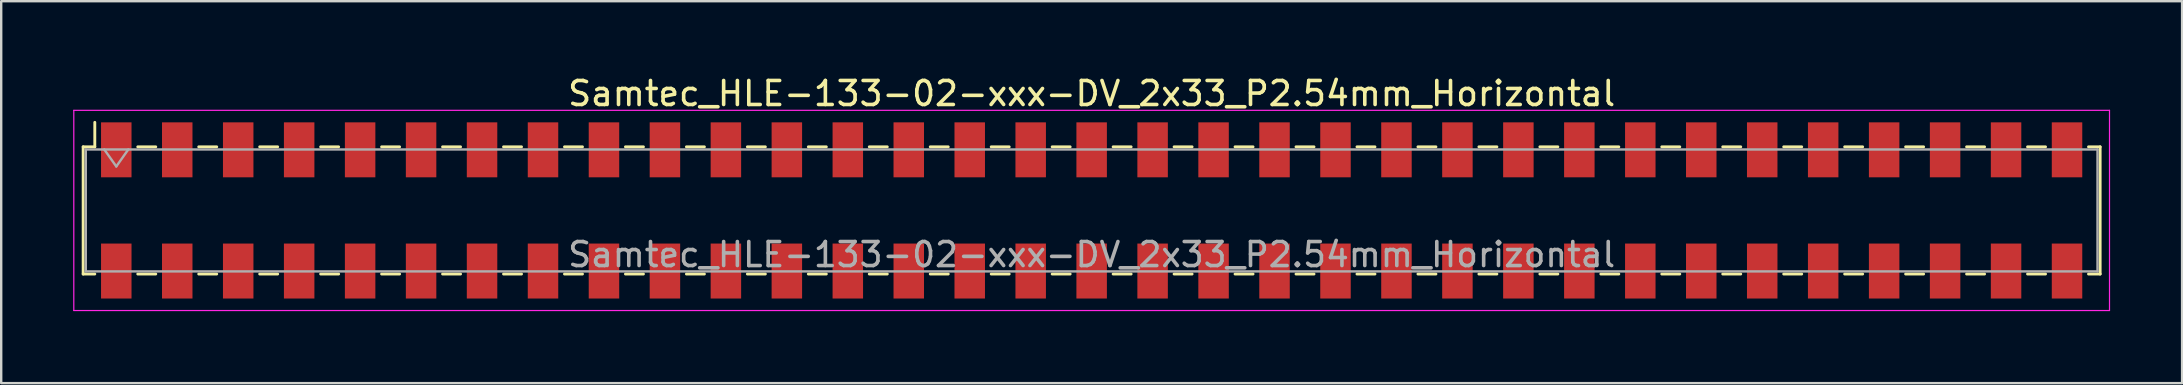
<source format=kicad_pcb>
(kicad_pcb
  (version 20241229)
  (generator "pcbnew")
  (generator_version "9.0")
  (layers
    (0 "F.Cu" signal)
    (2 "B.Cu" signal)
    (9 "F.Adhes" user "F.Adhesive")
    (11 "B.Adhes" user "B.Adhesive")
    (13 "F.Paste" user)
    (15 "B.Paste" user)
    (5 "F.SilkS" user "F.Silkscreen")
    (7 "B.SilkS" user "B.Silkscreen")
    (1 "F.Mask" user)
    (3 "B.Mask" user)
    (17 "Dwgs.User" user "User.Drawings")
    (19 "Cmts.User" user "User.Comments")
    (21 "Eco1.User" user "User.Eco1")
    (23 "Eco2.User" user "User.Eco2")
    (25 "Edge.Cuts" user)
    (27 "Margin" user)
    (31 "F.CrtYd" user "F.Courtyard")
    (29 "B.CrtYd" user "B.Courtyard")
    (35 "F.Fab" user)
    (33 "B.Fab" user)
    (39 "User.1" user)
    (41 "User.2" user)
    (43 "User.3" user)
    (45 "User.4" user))
  (footprint "Samtec_HLE-133-02-xxx-DV_2x33_P2.54mm_Horizontal"
    (layer "F.Cu")
    (at 42.435 5.718)
    (property "Reference" "Samtec_HLE-133-02-xxx-DV_2x33_P2.54mm_Horizontal" (at 0 -4.87 0) (layer "F.SilkS") (effects (font (size 1 1) (thickness 0.15))))
    (attr smd)
    (fp_line (start -42.02 -2.65) (end -42.02 2.65) (stroke (width 0.12) (type solid)) (layer "F.SilkS"))
    (fp_line (start -42.02 2.65) (end -41.535 2.65) (stroke (width 0.12) (type solid)) (layer "F.SilkS"))
    (fp_line (start -41.535 -3.67) (end -41.535 -2.65) (stroke (width 0.12) (type solid)) (layer "F.SilkS"))
    (fp_line (start -41.535 -2.65) (end -42.02 -2.65) (stroke (width 0.12) (type solid)) (layer "F.SilkS"))
    (fp_line (start -39.745 -2.65) (end -38.995 -2.65) (stroke (width 0.12) (type solid)) (layer "F.SilkS"))
    (fp_line (start -39.745 2.65) (end -38.995 2.65) (stroke (width 0.12) (type solid)) (layer "F.SilkS"))
    (fp_line (start -37.205 -2.65) (end -36.455 -2.65) (stroke (width 0.12) (type solid)) (layer "F.SilkS"))
    (fp_line (start -37.205 2.65) (end -36.455 2.65) (stroke (width 0.12) (type solid)) (layer "F.SilkS"))
    (fp_line (start -34.665 -2.65) (end -33.915 -2.65) (stroke (width 0.12) (type solid)) (layer "F.SilkS"))
    (fp_line (start -34.665 2.65) (end -33.915 2.65) (stroke (width 0.12) (type solid)) (layer "F.SilkS"))
    (fp_line (start -32.125 -2.65) (end -31.375 -2.65) (stroke (width 0.12) (type solid)) (layer "F.SilkS"))
    (fp_line (start -32.125 2.65) (end -31.375 2.65) (stroke (width 0.12) (type solid)) (layer "F.SilkS"))
    (fp_line (start -29.585 -2.65) (end -28.835 -2.65) (stroke (width 0.12) (type solid)) (layer "F.SilkS"))
    (fp_line (start -29.585 2.65) (end -28.835 2.65) (stroke (width 0.12) (type solid)) (layer "F.SilkS"))
    (fp_line (start -27.045 -2.65) (end -26.295 -2.65) (stroke (width 0.12) (type solid)) (layer "F.SilkS"))
    (fp_line (start -27.045 2.65) (end -26.295 2.65) (stroke (width 0.12) (type solid)) (layer "F.SilkS"))
    (fp_line (start -24.505 -2.65) (end -23.755 -2.65) (stroke (width 0.12) (type solid)) (layer "F.SilkS"))
    (fp_line (start -24.505 2.65) (end -23.755 2.65) (stroke (width 0.12) (type solid)) (layer "F.SilkS"))
    (fp_line (start -21.965 -2.65) (end -21.215 -2.65) (stroke (width 0.12) (type solid)) (layer "F.SilkS"))
    (fp_line (start -21.965 2.65) (end -21.215 2.65) (stroke (width 0.12) (type solid)) (layer "F.SilkS"))
    (fp_line (start -19.425 -2.65) (end -18.675 -2.65) (stroke (width 0.12) (type solid)) (layer "F.SilkS"))
    (fp_line (start -19.425 2.65) (end -18.675 2.65) (stroke (width 0.12) (type solid)) (layer "F.SilkS"))
    (fp_line (start -16.885 -2.65) (end -16.135 -2.65) (stroke (width 0.12) (type solid)) (layer "F.SilkS"))
    (fp_line (start -16.885 2.65) (end -16.135 2.65) (stroke (width 0.12) (type solid)) (layer "F.SilkS"))
    (fp_line (start -14.345 -2.65) (end -13.595 -2.65) (stroke (width 0.12) (type solid)) (layer "F.SilkS"))
    (fp_line (start -14.345 2.65) (end -13.595 2.65) (stroke (width 0.12) (type solid)) (layer "F.SilkS"))
    (fp_line (start -11.805 -2.65) (end -11.055 -2.65) (stroke (width 0.12) (type solid)) (layer "F.SilkS"))
    (fp_line (start -11.805 2.65) (end -11.055 2.65) (stroke (width 0.12) (type solid)) (layer "F.SilkS"))
    (fp_line (start -9.265 -2.65) (end -8.515 -2.65) (stroke (width 0.12) (type solid)) (layer "F.SilkS"))
    (fp_line (start -9.265 2.65) (end -8.515 2.65) (stroke (width 0.12) (type solid)) (layer "F.SilkS"))
    (fp_line (start -6.725 -2.65) (end -5.975 -2.65) (stroke (width 0.12) (type solid)) (layer "F.SilkS"))
    (fp_line (start -6.725 2.65) (end -5.975 2.65) (stroke (width 0.12) (type solid)) (layer "F.SilkS"))
    (fp_line (start -4.185 -2.65) (end -3.435 -2.65) (stroke (width 0.12) (type solid)) (layer "F.SilkS"))
    (fp_line (start -4.185 2.65) (end -3.435 2.65) (stroke (width 0.12) (type solid)) (layer "F.SilkS"))
    (fp_line (start -1.645 -2.65) (end -0.895 -2.65) (stroke (width 0.12) (type solid)) (layer "F.SilkS"))
    (fp_line (start -1.645 2.65) (end -0.895 2.65) (stroke (width 0.12) (type solid)) (layer "F.SilkS"))
    (fp_line (start 0.895 -2.65) (end 1.645 -2.65) (stroke (width 0.12) (type solid)) (layer "F.SilkS"))
    (fp_line (start 0.895 2.65) (end 1.645 2.65) (stroke (width 0.12) (type solid)) (layer "F.SilkS"))
    (fp_line (start 3.435 -2.65) (end 4.185 -2.65) (stroke (width 0.12) (type solid)) (layer "F.SilkS"))
    (fp_line (start 3.435 2.65) (end 4.185 2.65) (stroke (width 0.12) (type solid)) (layer "F.SilkS"))
    (fp_line (start 5.975 -2.65) (end 6.725 -2.65) (stroke (width 0.12) (type solid)) (layer "F.SilkS"))
    (fp_line (start 5.975 2.65) (end 6.725 2.65) (stroke (width 0.12) (type solid)) (layer "F.SilkS"))
    (fp_line (start 8.515 -2.65) (end 9.265 -2.65) (stroke (width 0.12) (type solid)) (layer "F.SilkS"))
    (fp_line (start 8.515 2.65) (end 9.265 2.65) (stroke (width 0.12) (type solid)) (layer "F.SilkS"))
    (fp_line (start 11.055 -2.65) (end 11.805 -2.65) (stroke (width 0.12) (type solid)) (layer "F.SilkS"))
    (fp_line (start 11.055 2.65) (end 11.805 2.65) (stroke (width 0.12) (type solid)) (layer "F.SilkS"))
    (fp_line (start 13.595 -2.65) (end 14.345 -2.65) (stroke (width 0.12) (type solid)) (layer "F.SilkS"))
    (fp_line (start 13.595 2.65) (end 14.345 2.65) (stroke (width 0.12) (type solid)) (layer "F.SilkS"))
    (fp_line (start 16.135 -2.65) (end 16.885 -2.65) (stroke (width 0.12) (type solid)) (layer "F.SilkS"))
    (fp_line (start 16.135 2.65) (end 16.885 2.65) (stroke (width 0.12) (type solid)) (layer "F.SilkS"))
    (fp_line (start 18.675 -2.65) (end 19.425 -2.65) (stroke (width 0.12) (type solid)) (layer "F.SilkS"))
    (fp_line (start 18.675 2.65) (end 19.425 2.65) (stroke (width 0.12) (type solid)) (layer "F.SilkS"))
    (fp_line (start 21.215 -2.65) (end 21.965 -2.65) (stroke (width 0.12) (type solid)) (layer "F.SilkS"))
    (fp_line (start 21.215 2.65) (end 21.965 2.65) (stroke (width 0.12) (type solid)) (layer "F.SilkS"))
    (fp_line (start 23.755 -2.65) (end 24.505 -2.65) (stroke (width 0.12) (type solid)) (layer "F.SilkS"))
    (fp_line (start 23.755 2.65) (end 24.505 2.65) (stroke (width 0.12) (type solid)) (layer "F.SilkS"))
    (fp_line (start 26.295 -2.65) (end 27.045 -2.65) (stroke (width 0.12) (type solid)) (layer "F.SilkS"))
    (fp_line (start 26.295 2.65) (end 27.045 2.65) (stroke (width 0.12) (type solid)) (layer "F.SilkS"))
    (fp_line (start 28.835 -2.65) (end 29.585 -2.65) (stroke (width 0.12) (type solid)) (layer "F.SilkS"))
    (fp_line (start 28.835 2.65) (end 29.585 2.65) (stroke (width 0.12) (type solid)) (layer "F.SilkS"))
    (fp_line (start 31.375 -2.65) (end 32.125 -2.65) (stroke (width 0.12) (type solid)) (layer "F.SilkS"))
    (fp_line (start 31.375 2.65) (end 32.125 2.65) (stroke (width 0.12) (type solid)) (layer "F.SilkS"))
    (fp_line (start 33.915 -2.65) (end 34.665 -2.65) (stroke (width 0.12) (type solid)) (layer "F.SilkS"))
    (fp_line (start 33.915 2.65) (end 34.665 2.65) (stroke (width 0.12) (type solid)) (layer "F.SilkS"))
    (fp_line (start 36.455 -2.65) (end 37.205 -2.65) (stroke (width 0.12) (type solid)) (layer "F.SilkS"))
    (fp_line (start 36.455 2.65) (end 37.205 2.65) (stroke (width 0.12) (type solid)) (layer "F.SilkS"))
    (fp_line (start 38.995 -2.65) (end 39.745 -2.65) (stroke (width 0.12) (type solid)) (layer "F.SilkS"))
    (fp_line (start 38.995 2.65) (end 39.745 2.65) (stroke (width 0.12) (type solid)) (layer "F.SilkS"))
    (fp_line (start 41.535 -2.65) (end 42.02 -2.65) (stroke (width 0.12) (type solid)) (layer "F.SilkS"))
    (fp_line (start 42.02 -2.65) (end 42.02 2.65) (stroke (width 0.12) (type solid)) (layer "F.SilkS"))
    (fp_line (start 42.02 2.65) (end 41.535 2.65) (stroke (width 0.12) (type solid)) (layer "F.SilkS"))
    (fp_line (start -42.41 -4.17) (end 42.41 -4.17) (stroke (width 0.05) (type solid)) (layer "F.CrtYd"))
    (fp_line (start -42.41 4.17) (end -42.41 -4.17) (stroke (width 0.05) (type solid)) (layer "F.CrtYd"))
    (fp_line (start 42.41 -4.17) (end 42.41 4.17) (stroke (width 0.05) (type solid)) (layer "F.CrtYd"))
    (fp_line (start 42.41 4.17) (end -42.41 4.17) (stroke (width 0.05) (type solid)) (layer "F.CrtYd"))
    (fp_line (start -41.91 -2.54) (end 41.91 -2.54) (stroke (width 0.1) (type solid)) (layer "F.Fab"))
    (fp_line (start -41.91 2.54) (end -41.91 -2.54) (stroke (width 0.1) (type solid)) (layer "F.Fab"))
    (fp_line (start -41.14 -2.54) (end -40.64 -1.833) (stroke (width 0.1) (type solid)) (layer "F.Fab"))
    (fp_line (start -40.64 -1.833) (end -40.14 -2.54) (stroke (width 0.1) (type solid)) (layer "F.Fab"))
    (fp_line (start 41.91 -2.54) (end 41.91 2.54) (stroke (width 0.1) (type solid)) (layer "F.Fab"))
    (fp_line (start 41.91 2.54) (end -41.91 2.54) (stroke (width 0.1) (type solid)) (layer "F.Fab"))
    (fp_text user "${REFERENCE}" (at 0 1.84 0) (layer "F.Fab") (effects (font (size 1 1) (thickness 0.15))))
    (pad "1" smd rect (at -40.64 -2.525) (size 1.27 2.29) (layers "F.Cu" "F.Mask" "F.Paste"))
    (pad "2" smd rect (at -40.64 2.525) (size 1.27 2.29) (layers "F.Cu" "F.Mask" "F.Paste"))
    (pad "3" smd rect (at -38.1 -2.525) (size 1.27 2.29) (layers "F.Cu" "F.Mask" "F.Paste"))
    (pad "4" smd rect (at -38.1 2.525) (size 1.27 2.29) (layers "F.Cu" "F.Mask" "F.Paste"))
    (pad "5" smd rect (at -35.56 -2.525) (size 1.27 2.29) (layers "F.Cu" "F.Mask" "F.Paste"))
    (pad "6" smd rect (at -35.56 2.525) (size 1.27 2.29) (layers "F.Cu" "F.Mask" "F.Paste"))
    (pad "7" smd rect (at -33.02 -2.525) (size 1.27 2.29) (layers "F.Cu" "F.Mask" "F.Paste"))
    (pad "8" smd rect (at -33.02 2.525) (size 1.27 2.29) (layers "F.Cu" "F.Mask" "F.Paste"))
    (pad "9" smd rect (at -30.48 -2.525) (size 1.27 2.29) (layers "F.Cu" "F.Mask" "F.Paste"))
    (pad "10" smd rect (at -30.48 2.525) (size 1.27 2.29) (layers "F.Cu" "F.Mask" "F.Paste"))
    (pad "11" smd rect (at -27.94 -2.525) (size 1.27 2.29) (layers "F.Cu" "F.Mask" "F.Paste"))
    (pad "12" smd rect (at -27.94 2.525) (size 1.27 2.29) (layers "F.Cu" "F.Mask" "F.Paste"))
    (pad "13" smd rect (at -25.4 -2.525) (size 1.27 2.29) (layers "F.Cu" "F.Mask" "F.Paste"))
    (pad "14" smd rect (at -25.4 2.525) (size 1.27 2.29) (layers "F.Cu" "F.Mask" "F.Paste"))
    (pad "15" smd rect (at -22.86 -2.525) (size 1.27 2.29) (layers "F.Cu" "F.Mask" "F.Paste"))
    (pad "16" smd rect (at -22.86 2.525) (size 1.27 2.29) (layers "F.Cu" "F.Mask" "F.Paste"))
    (pad "17" smd rect (at -20.32 -2.525) (size 1.27 2.29) (layers "F.Cu" "F.Mask" "F.Paste"))
    (pad "18" smd rect (at -20.32 2.525) (size 1.27 2.29) (layers "F.Cu" "F.Mask" "F.Paste"))
    (pad "19" smd rect (at -17.78 -2.525) (size 1.27 2.29) (layers "F.Cu" "F.Mask" "F.Paste"))
    (pad "20" smd rect (at -17.78 2.525) (size 1.27 2.29) (layers "F.Cu" "F.Mask" "F.Paste"))
    (pad "21" smd rect (at -15.24 -2.525) (size 1.27 2.29) (layers "F.Cu" "F.Mask" "F.Paste"))
    (pad "22" smd rect (at -15.24 2.525) (size 1.27 2.29) (layers "F.Cu" "F.Mask" "F.Paste"))
    (pad "23" smd rect (at -12.7 -2.525) (size 1.27 2.29) (layers "F.Cu" "F.Mask" "F.Paste"))
    (pad "24" smd rect (at -12.7 2.525) (size 1.27 2.29) (layers "F.Cu" "F.Mask" "F.Paste"))
    (pad "25" smd rect (at -10.16 -2.525) (size 1.27 2.29) (layers "F.Cu" "F.Mask" "F.Paste"))
    (pad "26" smd rect (at -10.16 2.525) (size 1.27 2.29) (layers "F.Cu" "F.Mask" "F.Paste"))
    (pad "27" smd rect (at -7.62 -2.525) (size 1.27 2.29) (layers "F.Cu" "F.Mask" "F.Paste"))
    (pad "28" smd rect (at -7.62 2.525) (size 1.27 2.29) (layers "F.Cu" "F.Mask" "F.Paste"))
    (pad "29" smd rect (at -5.08 -2.525) (size 1.27 2.29) (layers "F.Cu" "F.Mask" "F.Paste"))
    (pad "30" smd rect (at -5.08 2.525) (size 1.27 2.29) (layers "F.Cu" "F.Mask" "F.Paste"))
    (pad "31" smd rect (at -2.54 -2.525) (size 1.27 2.29) (layers "F.Cu" "F.Mask" "F.Paste"))
    (pad "32" smd rect (at -2.54 2.525) (size 1.27 2.29) (layers "F.Cu" "F.Mask" "F.Paste"))
    (pad "33" smd rect (at 0 -2.525) (size 1.27 2.29) (layers "F.Cu" "F.Mask" "F.Paste"))
    (pad "34" smd rect (at 0 2.525) (size 1.27 2.29) (layers "F.Cu" "F.Mask" "F.Paste"))
    (pad "35" smd rect (at 2.54 -2.525) (size 1.27 2.29) (layers "F.Cu" "F.Mask" "F.Paste"))
    (pad "36" smd rect (at 2.54 2.525) (size 1.27 2.29) (layers "F.Cu" "F.Mask" "F.Paste"))
    (pad "37" smd rect (at 5.08 -2.525) (size 1.27 2.29) (layers "F.Cu" "F.Mask" "F.Paste"))
    (pad "38" smd rect (at 5.08 2.525) (size 1.27 2.29) (layers "F.Cu" "F.Mask" "F.Paste"))
    (pad "39" smd rect (at 7.62 -2.525) (size 1.27 2.29) (layers "F.Cu" "F.Mask" "F.Paste"))
    (pad "40" smd rect (at 7.62 2.525) (size 1.27 2.29) (layers "F.Cu" "F.Mask" "F.Paste"))
    (pad "41" smd rect (at 10.16 -2.525) (size 1.27 2.29) (layers "F.Cu" "F.Mask" "F.Paste"))
    (pad "42" smd rect (at 10.16 2.525) (size 1.27 2.29) (layers "F.Cu" "F.Mask" "F.Paste"))
    (pad "43" smd rect (at 12.7 -2.525) (size 1.27 2.29) (layers "F.Cu" "F.Mask" "F.Paste"))
    (pad "44" smd rect (at 12.7 2.525) (size 1.27 2.29) (layers "F.Cu" "F.Mask" "F.Paste"))
    (pad "45" smd rect (at 15.24 -2.525) (size 1.27 2.29) (layers "F.Cu" "F.Mask" "F.Paste"))
    (pad "46" smd rect (at 15.24 2.525) (size 1.27 2.29) (layers "F.Cu" "F.Mask" "F.Paste"))
    (pad "47" smd rect (at 17.78 -2.525) (size 1.27 2.29) (layers "F.Cu" "F.Mask" "F.Paste"))
    (pad "48" smd rect (at 17.78 2.525) (size 1.27 2.29) (layers "F.Cu" "F.Mask" "F.Paste"))
    (pad "49" smd rect (at 20.32 -2.525) (size 1.27 2.29) (layers "F.Cu" "F.Mask" "F.Paste"))
    (pad "50" smd rect (at 20.32 2.525) (size 1.27 2.29) (layers "F.Cu" "F.Mask" "F.Paste"))
    (pad "51" smd rect (at 22.86 -2.525) (size 1.27 2.29) (layers "F.Cu" "F.Mask" "F.Paste"))
    (pad "52" smd rect (at 22.86 2.525) (size 1.27 2.29) (layers "F.Cu" "F.Mask" "F.Paste"))
    (pad "53" smd rect (at 25.4 -2.525) (size 1.27 2.29) (layers "F.Cu" "F.Mask" "F.Paste"))
    (pad "54" smd rect (at 25.4 2.525) (size 1.27 2.29) (layers "F.Cu" "F.Mask" "F.Paste"))
    (pad "55" smd rect (at 27.94 -2.525) (size 1.27 2.29) (layers "F.Cu" "F.Mask" "F.Paste"))
    (pad "56" smd rect (at 27.94 2.525) (size 1.27 2.29) (layers "F.Cu" "F.Mask" "F.Paste"))
    (pad "57" smd rect (at 30.48 -2.525) (size 1.27 2.29) (layers "F.Cu" "F.Mask" "F.Paste"))
    (pad "58" smd rect (at 30.48 2.525) (size 1.27 2.29) (layers "F.Cu" "F.Mask" "F.Paste"))
    (pad "59" smd rect (at 33.02 -2.525) (size 1.27 2.29) (layers "F.Cu" "F.Mask" "F.Paste"))
    (pad "60" smd rect (at 33.02 2.525) (size 1.27 2.29) (layers "F.Cu" "F.Mask" "F.Paste"))
    (pad "61" smd rect (at 35.56 -2.525) (size 1.27 2.29) (layers "F.Cu" "F.Mask" "F.Paste"))
    (pad "62" smd rect (at 35.56 2.525) (size 1.27 2.29) (layers "F.Cu" "F.Mask" "F.Paste"))
    (pad "63" smd rect (at 38.1 -2.525) (size 1.27 2.29) (layers "F.Cu" "F.Mask" "F.Paste"))
    (pad "64" smd rect (at 38.1 2.525) (size 1.27 2.29) (layers "F.Cu" "F.Mask" "F.Paste"))
    (pad "65" smd rect (at 40.64 -2.525) (size 1.27 2.29) (layers "F.Cu" "F.Mask" "F.Paste"))
    (pad "66" smd rect (at 40.64 2.525) (size 1.27 2.29) (layers "F.Cu" "F.Mask" "F.Paste")))
  (gr_rect
    (start -3 -3)
    (end 87.87 12.913)
    (stroke (width 0.1) (type default))
    (fill no)
    (layer "Edge.Cuts")))
</source>
